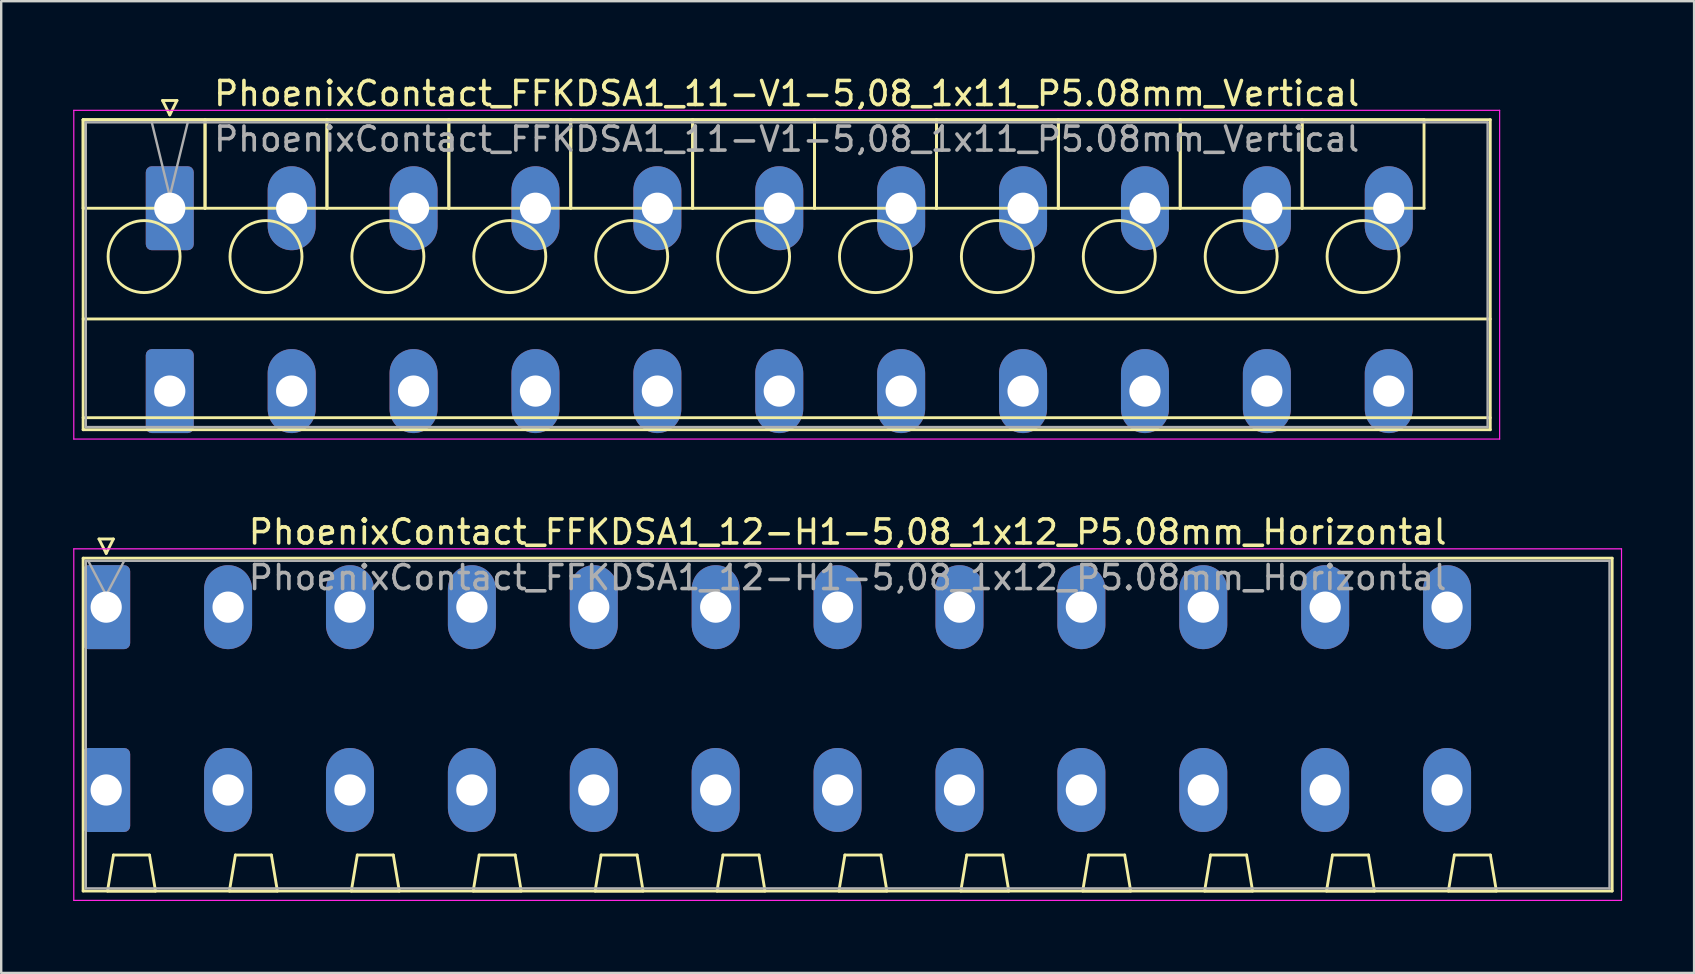
<source format=kicad_pcb>
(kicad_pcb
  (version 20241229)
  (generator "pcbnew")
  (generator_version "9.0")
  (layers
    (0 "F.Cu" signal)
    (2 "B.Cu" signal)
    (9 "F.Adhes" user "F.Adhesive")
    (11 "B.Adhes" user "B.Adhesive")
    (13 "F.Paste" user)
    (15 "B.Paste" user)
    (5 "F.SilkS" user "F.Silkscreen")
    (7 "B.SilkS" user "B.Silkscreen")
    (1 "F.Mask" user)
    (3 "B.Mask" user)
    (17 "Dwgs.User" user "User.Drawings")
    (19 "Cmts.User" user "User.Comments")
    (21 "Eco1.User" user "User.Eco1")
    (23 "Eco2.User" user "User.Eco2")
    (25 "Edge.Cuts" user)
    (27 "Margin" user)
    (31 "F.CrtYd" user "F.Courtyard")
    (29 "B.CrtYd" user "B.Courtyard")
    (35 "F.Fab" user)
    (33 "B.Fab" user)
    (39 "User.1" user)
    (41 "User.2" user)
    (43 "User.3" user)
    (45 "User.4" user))
  (footprint "PhoenixContact_FFKDSA1_11-V1-5,08_1x11_P5.08mm_Vertical"
    (layer "F.Cu")
    (at 4.025 5.628)
    (property "Reference" "PhoenixContact_FFKDSA1_11-V1-5,08_1x11_P5.08mm_Vertical" (at 25.71 -4.78 0) (layer "F.SilkS") (effects (font (size 1 1) (thickness 0.15))))
    (attr through_hole)
    (fp_line (start -3.61 -3.69) (end -3.61 0) (stroke (width 0.12) (type solid)) (layer "F.SilkS"))
    (fp_line (start -3.61 -3.69) (end -3.61 9.23) (stroke (width 0.12) (type solid)) (layer "F.SilkS"))
    (fp_line (start -3.61 0) (end 1.47 0) (stroke (width 0.12) (type solid)) (layer "F.SilkS"))
    (fp_line (start -3.61 4.615) (end 55.03 4.615) (stroke (width 0.12) (type solid)) (layer "F.SilkS"))
    (fp_line (start -3.61 8.73) (end 55.03 8.73) (stroke (width 0.12) (type solid)) (layer "F.SilkS"))
    (fp_line (start -3.61 9.23) (end 55.03 9.23) (stroke (width 0.12) (type solid)) (layer "F.SilkS"))
    (fp_line (start -0.3 -4.49) (end 0.3 -4.49) (stroke (width 0.12) (type solid)) (layer "F.SilkS"))
    (fp_line (start 0 -3.89) (end -0.3 -4.49) (stroke (width 0.12) (type solid)) (layer "F.SilkS"))
    (fp_line (start 0.3 -4.49) (end 0 -3.89) (stroke (width 0.12) (type solid)) (layer "F.SilkS"))
    (fp_line (start 1.47 -3.69) (end -3.61 -3.69) (stroke (width 0.12) (type solid)) (layer "F.SilkS"))
    (fp_line (start 1.47 -3.69) (end 1.47 0) (stroke (width 0.12) (type solid)) (layer "F.SilkS"))
    (fp_line (start 1.47 0) (end 1.47 -3.69) (stroke (width 0.12) (type solid)) (layer "F.SilkS"))
    (fp_line (start 1.47 0) (end 6.55 0) (stroke (width 0.12) (type solid)) (layer "F.SilkS"))
    (fp_line (start 6.55 -3.69) (end 1.47 -3.69) (stroke (width 0.12) (type solid)) (layer "F.SilkS"))
    (fp_line (start 6.55 -3.69) (end 6.55 0) (stroke (width 0.12) (type solid)) (layer "F.SilkS"))
    (fp_line (start 6.55 0) (end 6.55 -3.69) (stroke (width 0.12) (type solid)) (layer "F.SilkS"))
    (fp_line (start 6.55 0) (end 11.63 0) (stroke (width 0.12) (type solid)) (layer "F.SilkS"))
    (fp_line (start 11.63 -3.69) (end 6.55 -3.69) (stroke (width 0.12) (type solid)) (layer "F.SilkS"))
    (fp_line (start 11.63 -3.69) (end 11.63 0) (stroke (width 0.12) (type solid)) (layer "F.SilkS"))
    (fp_line (start 11.63 0) (end 11.63 -3.69) (stroke (width 0.12) (type solid)) (layer "F.SilkS"))
    (fp_line (start 11.63 0) (end 16.71 0) (stroke (width 0.12) (type solid)) (layer "F.SilkS"))
    (fp_line (start 16.71 -3.69) (end 11.63 -3.69) (stroke (width 0.12) (type solid)) (layer "F.SilkS"))
    (fp_line (start 16.71 -3.69) (end 16.71 0) (stroke (width 0.12) (type solid)) (layer "F.SilkS"))
    (fp_line (start 16.71 0) (end 16.71 -3.69) (stroke (width 0.12) (type solid)) (layer "F.SilkS"))
    (fp_line (start 16.71 0) (end 21.79 0) (stroke (width 0.12) (type solid)) (layer "F.SilkS"))
    (fp_line (start 21.79 -3.69) (end 16.71 -3.69) (stroke (width 0.12) (type solid)) (layer "F.SilkS"))
    (fp_line (start 21.79 -3.69) (end 21.79 0) (stroke (width 0.12) (type solid)) (layer "F.SilkS"))
    (fp_line (start 21.79 0) (end 21.79 -3.69) (stroke (width 0.12) (type solid)) (layer "F.SilkS"))
    (fp_line (start 21.79 0) (end 26.87 0) (stroke (width 0.12) (type solid)) (layer "F.SilkS"))
    (fp_line (start 26.87 -3.69) (end 21.79 -3.69) (stroke (width 0.12) (type solid)) (layer "F.SilkS"))
    (fp_line (start 26.87 -3.69) (end 26.87 0) (stroke (width 0.12) (type solid)) (layer "F.SilkS"))
    (fp_line (start 26.87 0) (end 26.87 -3.69) (stroke (width 0.12) (type solid)) (layer "F.SilkS"))
    (fp_line (start 26.87 0) (end 31.95 0) (stroke (width 0.12) (type solid)) (layer "F.SilkS"))
    (fp_line (start 31.95 -3.69) (end 26.87 -3.69) (stroke (width 0.12) (type solid)) (layer "F.SilkS"))
    (fp_line (start 31.95 -3.69) (end 31.95 0) (stroke (width 0.12) (type solid)) (layer "F.SilkS"))
    (fp_line (start 31.95 0) (end 31.95 -3.69) (stroke (width 0.12) (type solid)) (layer "F.SilkS"))
    (fp_line (start 31.95 0) (end 37.03 0) (stroke (width 0.12) (type solid)) (layer "F.SilkS"))
    (fp_line (start 37.03 -3.69) (end 31.95 -3.69) (stroke (width 0.12) (type solid)) (layer "F.SilkS"))
    (fp_line (start 37.03 -3.69) (end 37.03 0) (stroke (width 0.12) (type solid)) (layer "F.SilkS"))
    (fp_line (start 37.03 0) (end 37.03 -3.69) (stroke (width 0.12) (type solid)) (layer "F.SilkS"))
    (fp_line (start 37.03 0) (end 42.11 0) (stroke (width 0.12) (type solid)) (layer "F.SilkS"))
    (fp_line (start 42.11 -3.69) (end 37.03 -3.69) (stroke (width 0.12) (type solid)) (layer "F.SilkS"))
    (fp_line (start 42.11 -3.69) (end 42.11 0) (stroke (width 0.12) (type solid)) (layer "F.SilkS"))
    (fp_line (start 42.11 0) (end 42.11 -3.69) (stroke (width 0.12) (type solid)) (layer "F.SilkS"))
    (fp_line (start 42.11 0) (end 47.19 0) (stroke (width 0.12) (type solid)) (layer "F.SilkS"))
    (fp_line (start 47.19 -3.69) (end 42.11 -3.69) (stroke (width 0.12) (type solid)) (layer "F.SilkS"))
    (fp_line (start 47.19 -3.69) (end 47.19 0) (stroke (width 0.12) (type solid)) (layer "F.SilkS"))
    (fp_line (start 47.19 0) (end 47.19 -3.69) (stroke (width 0.12) (type solid)) (layer "F.SilkS"))
    (fp_line (start 47.19 0) (end 52.27 0) (stroke (width 0.12) (type solid)) (layer "F.SilkS"))
    (fp_line (start 52.27 -3.69) (end 47.19 -3.69) (stroke (width 0.12) (type solid)) (layer "F.SilkS"))
    (fp_line (start 52.27 0) (end 52.27 -3.69) (stroke (width 0.12) (type solid)) (layer "F.SilkS"))
    (fp_line (start 55.03 -3.69) (end -3.61 -3.69) (stroke (width 0.12) (type solid)) (layer "F.SilkS"))
    (fp_line (start 55.03 9.23) (end 55.03 -3.69) (stroke (width 0.12) (type solid)) (layer "F.SilkS"))
    (fp_circle (center -1.07 2.015) (end 0.43 2.015) (stroke (width 0.12) (type solid)) (fill no) (layer "F.SilkS"))
    (fp_circle (center 4.01 2.015) (end 5.51 2.015) (stroke (width 0.12) (type solid)) (fill no) (layer "F.SilkS"))
    (fp_circle (center 9.09 2.015) (end 10.59 2.015) (stroke (width 0.12) (type solid)) (fill no) (layer "F.SilkS"))
    (fp_circle (center 14.17 2.015) (end 15.67 2.015) (stroke (width 0.12) (type solid)) (fill no) (layer "F.SilkS"))
    (fp_circle (center 19.25 2.015) (end 20.75 2.015) (stroke (width 0.12) (type solid)) (fill no) (layer "F.SilkS"))
    (fp_circle (center 24.33 2.015) (end 25.83 2.015) (stroke (width 0.12) (type solid)) (fill no) (layer "F.SilkS"))
    (fp_circle (center 29.41 2.015) (end 30.91 2.015) (stroke (width 0.12) (type solid)) (fill no) (layer "F.SilkS"))
    (fp_circle (center 34.49 2.015) (end 35.99 2.015) (stroke (width 0.12) (type solid)) (fill no) (layer "F.SilkS"))
    (fp_circle (center 39.57 2.015) (end 41.07 2.015) (stroke (width 0.12) (type solid)) (fill no) (layer "F.SilkS"))
    (fp_circle (center 44.65 2.015) (end 46.15 2.015) (stroke (width 0.12) (type solid)) (fill no) (layer "F.SilkS"))
    (fp_circle (center 49.73 2.015) (end 51.23 2.015) (stroke (width 0.12) (type solid)) (fill no) (layer "F.SilkS"))
    (fp_line (start -4 -4.08) (end -4 9.62) (stroke (width 0.05) (type solid)) (layer "F.CrtYd"))
    (fp_line (start -4 9.62) (end 55.42 9.62) (stroke (width 0.05) (type solid)) (layer "F.CrtYd"))
    (fp_line (start 55.42 -4.08) (end -4 -4.08) (stroke (width 0.05) (type solid)) (layer "F.CrtYd"))
    (fp_line (start 55.42 9.62) (end 55.42 -4.08) (stroke (width 0.05) (type solid)) (layer "F.CrtYd"))
    (fp_line (start -3.5 -3.58) (end -3.5 9.12) (stroke (width 0.1) (type solid)) (layer "F.Fab"))
    (fp_line (start -3.5 9.12) (end 54.92 9.12) (stroke (width 0.1) (type solid)) (layer "F.Fab"))
    (fp_line (start 0 -0.5) (end -0.75 -3.58) (stroke (width 0.1) (type solid)) (layer "F.Fab"))
    (fp_line (start 0.75 -3.58) (end 0 -0.5) (stroke (width 0.1) (type solid)) (layer "F.Fab"))
    (fp_line (start 54.92 -3.58) (end -3.5 -3.58) (stroke (width 0.1) (type solid)) (layer "F.Fab"))
    (fp_line (start 54.92 9.12) (end 54.92 -3.58) (stroke (width 0.1) (type solid)) (layer "F.Fab"))
    (fp_text user "${REFERENCE}" (at 25.71 -2.88 0) (layer "F.Fab") (effects (font (size 1 1) (thickness 0.15))))
    (pad "1" thru_hole roundrect (at 0 0) (size 2 3.5) (drill 1.3) (layers "*.Cu" "*.Mask") (roundrect_rratio 0.125))
    (pad "1" thru_hole roundrect (at 0 7.62) (size 2 3.5) (drill 1.3) (layers "*.Cu" "*.Mask") (roundrect_rratio 0.125))
    (pad "2" thru_hole oval (at 5.08 0) (size 2 3.5) (drill 1.3) (layers "*.Cu" "*.Mask"))
    (pad "2" thru_hole oval (at 5.08 7.62) (size 2 3.5) (drill 1.3) (layers "*.Cu" "*.Mask"))
    (pad "3" thru_hole oval (at 10.16 0) (size 2 3.5) (drill 1.3) (layers "*.Cu" "*.Mask"))
    (pad "3" thru_hole oval (at 10.16 7.62) (size 2 3.5) (drill 1.3) (layers "*.Cu" "*.Mask"))
    (pad "4" thru_hole oval (at 15.24 0) (size 2 3.5) (drill 1.3) (layers "*.Cu" "*.Mask"))
    (pad "4" thru_hole oval (at 15.24 7.62) (size 2 3.5) (drill 1.3) (layers "*.Cu" "*.Mask"))
    (pad "5" thru_hole oval (at 20.32 0) (size 2 3.5) (drill 1.3) (layers "*.Cu" "*.Mask"))
    (pad "5" thru_hole oval (at 20.32 7.62) (size 2 3.5) (drill 1.3) (layers "*.Cu" "*.Mask"))
    (pad "6" thru_hole oval (at 25.4 0) (size 2 3.5) (drill 1.3) (layers "*.Cu" "*.Mask"))
    (pad "6" thru_hole oval (at 25.4 7.62) (size 2 3.5) (drill 1.3) (layers "*.Cu" "*.Mask"))
    (pad "7" thru_hole oval (at 30.48 0) (size 2 3.5) (drill 1.3) (layers "*.Cu" "*.Mask"))
    (pad "7" thru_hole oval (at 30.48 7.62) (size 2 3.5) (drill 1.3) (layers "*.Cu" "*.Mask"))
    (pad "8" thru_hole oval (at 35.56 0) (size 2 3.5) (drill 1.3) (layers "*.Cu" "*.Mask"))
    (pad "8" thru_hole oval (at 35.56 7.62) (size 2 3.5) (drill 1.3) (layers "*.Cu" "*.Mask"))
    (pad "9" thru_hole oval (at 40.64 0) (size 2 3.5) (drill 1.3) (layers "*.Cu" "*.Mask"))
    (pad "9" thru_hole oval (at 40.64 7.62) (size 2 3.5) (drill 1.3) (layers "*.Cu" "*.Mask"))
    (pad "10" thru_hole oval (at 45.72 0) (size 2 3.5) (drill 1.3) (layers "*.Cu" "*.Mask"))
    (pad "10" thru_hole oval (at 45.72 7.62) (size 2 3.5) (drill 1.3) (layers "*.Cu" "*.Mask"))
    (pad "11" thru_hole oval (at 50.8 0) (size 2 3.5) (drill 1.3) (layers "*.Cu" "*.Mask"))
    (pad "11" thru_hole oval (at 50.8 7.62) (size 2 3.5) (drill 1.3) (layers "*.Cu" "*.Mask")))
  (footprint "PhoenixContact_FFKDSA1_12-H1-5,08_1x12_P5.08mm_Horizontal"
    (layer "F.Cu")
    (at 1.375 22.252)
    (property "Reference" "PhoenixContact_FFKDSA1_12-H1-5,08_1x12_P5.08mm_Horizontal" (at 30.9 -3.13 0) (layer "F.SilkS") (effects (font (size 1 1) (thickness 0.15))))
    (attr through_hole)
    (fp_line (start -0.96 -2.04) (end -0.96 11.83) (stroke (width 0.12) (type solid)) (layer "F.SilkS"))
    (fp_line (start -0.96 11.83) (end 62.76 11.83) (stroke (width 0.12) (type solid)) (layer "F.SilkS"))
    (fp_line (start -0.3 -2.84) (end 0.3 -2.84) (stroke (width 0.12) (type solid)) (layer "F.SilkS"))
    (fp_line (start 0 -2.24) (end -0.3 -2.84) (stroke (width 0.12) (type solid)) (layer "F.SilkS"))
    (fp_line (start 0.055 11.83) (end 2.055 11.83) (stroke (width 0.12) (type solid)) (layer "F.SilkS"))
    (fp_line (start 0.3 -2.84) (end 0 -2.24) (stroke (width 0.12) (type solid)) (layer "F.SilkS"))
    (fp_line (start 0.305 10.33) (end 0.055 11.83) (stroke (width 0.12) (type solid)) (layer "F.SilkS"))
    (fp_line (start 1.805 10.33) (end 0.305 10.33) (stroke (width 0.12) (type solid)) (layer "F.SilkS"))
    (fp_line (start 2.055 11.83) (end 1.805 10.33) (stroke (width 0.12) (type solid)) (layer "F.SilkS"))
    (fp_line (start 5.135 11.83) (end 7.135 11.83) (stroke (width 0.12) (type solid)) (layer "F.SilkS"))
    (fp_line (start 5.385 10.33) (end 5.135 11.83) (stroke (width 0.12) (type solid)) (layer "F.SilkS"))
    (fp_line (start 6.885 10.33) (end 5.385 10.33) (stroke (width 0.12) (type solid)) (layer "F.SilkS"))
    (fp_line (start 7.135 11.83) (end 6.885 10.33) (stroke (width 0.12) (type solid)) (layer "F.SilkS"))
    (fp_line (start 10.215 11.83) (end 12.215 11.83) (stroke (width 0.12) (type solid)) (layer "F.SilkS"))
    (fp_line (start 10.465 10.33) (end 10.215 11.83) (stroke (width 0.12) (type solid)) (layer "F.SilkS"))
    (fp_line (start 11.965 10.33) (end 10.465 10.33) (stroke (width 0.12) (type solid)) (layer "F.SilkS"))
    (fp_line (start 12.215 11.83) (end 11.965 10.33) (stroke (width 0.12) (type solid)) (layer "F.SilkS"))
    (fp_line (start 15.295 11.83) (end 17.295 11.83) (stroke (width 0.12) (type solid)) (layer "F.SilkS"))
    (fp_line (start 15.545 10.33) (end 15.295 11.83) (stroke (width 0.12) (type solid)) (layer "F.SilkS"))
    (fp_line (start 17.045 10.33) (end 15.545 10.33) (stroke (width 0.12) (type solid)) (layer "F.SilkS"))
    (fp_line (start 17.295 11.83) (end 17.045 10.33) (stroke (width 0.12) (type solid)) (layer "F.SilkS"))
    (fp_line (start 20.375 11.83) (end 22.375 11.83) (stroke (width 0.12) (type solid)) (layer "F.SilkS"))
    (fp_line (start 20.625 10.33) (end 20.375 11.83) (stroke (width 0.12) (type solid)) (layer "F.SilkS"))
    (fp_line (start 22.125 10.33) (end 20.625 10.33) (stroke (width 0.12) (type solid)) (layer "F.SilkS"))
    (fp_line (start 22.375 11.83) (end 22.125 10.33) (stroke (width 0.12) (type solid)) (layer "F.SilkS"))
    (fp_line (start 25.455 11.83) (end 27.455 11.83) (stroke (width 0.12) (type solid)) (layer "F.SilkS"))
    (fp_line (start 25.705 10.33) (end 25.455 11.83) (stroke (width 0.12) (type solid)) (layer "F.SilkS"))
    (fp_line (start 27.205 10.33) (end 25.705 10.33) (stroke (width 0.12) (type solid)) (layer "F.SilkS"))
    (fp_line (start 27.455 11.83) (end 27.205 10.33) (stroke (width 0.12) (type solid)) (layer "F.SilkS"))
    (fp_line (start 30.535 11.83) (end 32.535 11.83) (stroke (width 0.12) (type solid)) (layer "F.SilkS"))
    (fp_line (start 30.785 10.33) (end 30.535 11.83) (stroke (width 0.12) (type solid)) (layer "F.SilkS"))
    (fp_line (start 32.285 10.33) (end 30.785 10.33) (stroke (width 0.12) (type solid)) (layer "F.SilkS"))
    (fp_line (start 32.535 11.83) (end 32.285 10.33) (stroke (width 0.12) (type solid)) (layer "F.SilkS"))
    (fp_line (start 35.615 11.83) (end 37.615 11.83) (stroke (width 0.12) (type solid)) (layer "F.SilkS"))
    (fp_line (start 35.865 10.33) (end 35.615 11.83) (stroke (width 0.12) (type solid)) (layer "F.SilkS"))
    (fp_line (start 37.365 10.33) (end 35.865 10.33) (stroke (width 0.12) (type solid)) (layer "F.SilkS"))
    (fp_line (start 37.615 11.83) (end 37.365 10.33) (stroke (width 0.12) (type solid)) (layer "F.SilkS"))
    (fp_line (start 40.695 11.83) (end 42.695 11.83) (stroke (width 0.12) (type solid)) (layer "F.SilkS"))
    (fp_line (start 40.945 10.33) (end 40.695 11.83) (stroke (width 0.12) (type solid)) (layer "F.SilkS"))
    (fp_line (start 42.445 10.33) (end 40.945 10.33) (stroke (width 0.12) (type solid)) (layer "F.SilkS"))
    (fp_line (start 42.695 11.83) (end 42.445 10.33) (stroke (width 0.12) (type solid)) (layer "F.SilkS"))
    (fp_line (start 45.775 11.83) (end 47.775 11.83) (stroke (width 0.12) (type solid)) (layer "F.SilkS"))
    (fp_line (start 46.025 10.33) (end 45.775 11.83) (stroke (width 0.12) (type solid)) (layer "F.SilkS"))
    (fp_line (start 47.525 10.33) (end 46.025 10.33) (stroke (width 0.12) (type solid)) (layer "F.SilkS"))
    (fp_line (start 47.775 11.83) (end 47.525 10.33) (stroke (width 0.12) (type solid)) (layer "F.SilkS"))
    (fp_line (start 50.855 11.83) (end 52.855 11.83) (stroke (width 0.12) (type solid)) (layer "F.SilkS"))
    (fp_line (start 51.105 10.33) (end 50.855 11.83) (stroke (width 0.12) (type solid)) (layer "F.SilkS"))
    (fp_line (start 52.605 10.33) (end 51.105 10.33) (stroke (width 0.12) (type solid)) (layer "F.SilkS"))
    (fp_line (start 52.855 11.83) (end 52.605 10.33) (stroke (width 0.12) (type solid)) (layer "F.SilkS"))
    (fp_line (start 55.935 11.83) (end 57.935 11.83) (stroke (width 0.12) (type solid)) (layer "F.SilkS"))
    (fp_line (start 56.185 10.33) (end 55.935 11.83) (stroke (width 0.12) (type solid)) (layer "F.SilkS"))
    (fp_line (start 57.685 10.33) (end 56.185 10.33) (stroke (width 0.12) (type solid)) (layer "F.SilkS"))
    (fp_line (start 57.935 11.83) (end 57.685 10.33) (stroke (width 0.12) (type solid)) (layer "F.SilkS"))
    (fp_line (start 62.76 -2.04) (end -0.96 -2.04) (stroke (width 0.12) (type solid)) (layer "F.SilkS"))
    (fp_line (start 62.76 11.83) (end 62.76 -2.04) (stroke (width 0.12) (type solid)) (layer "F.SilkS"))
    (fp_line (start -1.35 -2.43) (end -1.35 12.22) (stroke (width 0.05) (type solid)) (layer "F.CrtYd"))
    (fp_line (start -1.35 12.22) (end 63.15 12.22) (stroke (width 0.05) (type solid)) (layer "F.CrtYd"))
    (fp_line (start 63.15 -2.43) (end -1.35 -2.43) (stroke (width 0.05) (type solid)) (layer "F.CrtYd"))
    (fp_line (start 63.15 12.22) (end 63.15 -2.43) (stroke (width 0.05) (type solid)) (layer "F.CrtYd"))
    (fp_line (start -0.85 -1.93) (end -0.85 11.72) (stroke (width 0.1) (type solid)) (layer "F.Fab"))
    (fp_line (start -0.85 11.72) (end 62.65 11.72) (stroke (width 0.1) (type solid)) (layer "F.Fab"))
    (fp_line (start 0 -0.5) (end -0.75 -1.93) (stroke (width 0.1) (type solid)) (layer "F.Fab"))
    (fp_line (start 0.75 -1.93) (end 0 -0.5) (stroke (width 0.1) (type solid)) (layer "F.Fab"))
    (fp_line (start 62.65 -1.93) (end -0.85 -1.93) (stroke (width 0.1) (type solid)) (layer "F.Fab"))
    (fp_line (start 62.65 11.72) (end 62.65 -1.93) (stroke (width 0.1) (type solid)) (layer "F.Fab"))
    (fp_text user "${REFERENCE}" (at 30.9 -1.23 0) (layer "F.Fab") (effects (font (size 1 1) (thickness 0.15))))
    (pad "1" thru_hole roundrect (at 0 0) (size 2 3.5) (drill 1.3) (layers "*.Cu" "*.Mask") (roundrect_rratio 0.125))
    (pad "1" thru_hole roundrect (at 0 7.62) (size 2 3.5) (drill 1.3) (layers "*.Cu" "*.Mask") (roundrect_rratio 0.125))
    (pad "2" thru_hole oval (at 5.08 0) (size 2 3.5) (drill 1.3) (layers "*.Cu" "*.Mask"))
    (pad "2" thru_hole oval (at 5.08 7.62) (size 2 3.5) (drill 1.3) (layers "*.Cu" "*.Mask"))
    (pad "3" thru_hole oval (at 10.16 0) (size 2 3.5) (drill 1.3) (layers "*.Cu" "*.Mask"))
    (pad "3" thru_hole oval (at 10.16 7.62) (size 2 3.5) (drill 1.3) (layers "*.Cu" "*.Mask"))
    (pad "4" thru_hole oval (at 15.24 0) (size 2 3.5) (drill 1.3) (layers "*.Cu" "*.Mask"))
    (pad "4" thru_hole oval (at 15.24 7.62) (size 2 3.5) (drill 1.3) (layers "*.Cu" "*.Mask"))
    (pad "5" thru_hole oval (at 20.32 0) (size 2 3.5) (drill 1.3) (layers "*.Cu" "*.Mask"))
    (pad "5" thru_hole oval (at 20.32 7.62) (size 2 3.5) (drill 1.3) (layers "*.Cu" "*.Mask"))
    (pad "6" thru_hole oval (at 25.4 0) (size 2 3.5) (drill 1.3) (layers "*.Cu" "*.Mask"))
    (pad "6" thru_hole oval (at 25.4 7.62) (size 2 3.5) (drill 1.3) (layers "*.Cu" "*.Mask"))
    (pad "7" thru_hole oval (at 30.48 0) (size 2 3.5) (drill 1.3) (layers "*.Cu" "*.Mask"))
    (pad "7" thru_hole oval (at 30.48 7.62) (size 2 3.5) (drill 1.3) (layers "*.Cu" "*.Mask"))
    (pad "8" thru_hole oval (at 35.56 0) (size 2 3.5) (drill 1.3) (layers "*.Cu" "*.Mask"))
    (pad "8" thru_hole oval (at 35.56 7.62) (size 2 3.5) (drill 1.3) (layers "*.Cu" "*.Mask"))
    (pad "9" thru_hole oval (at 40.64 0) (size 2 3.5) (drill 1.3) (layers "*.Cu" "*.Mask"))
    (pad "9" thru_hole oval (at 40.64 7.62) (size 2 3.5) (drill 1.3) (layers "*.Cu" "*.Mask"))
    (pad "10" thru_hole oval (at 45.72 0) (size 2 3.5) (drill 1.3) (layers "*.Cu" "*.Mask"))
    (pad "10" thru_hole oval (at 45.72 7.62) (size 2 3.5) (drill 1.3) (layers "*.Cu" "*.Mask"))
    (pad "11" thru_hole oval (at 50.8 0) (size 2 3.5) (drill 1.3) (layers "*.Cu" "*.Mask"))
    (pad "11" thru_hole oval (at 50.8 7.62) (size 2 3.5) (drill 1.3) (layers "*.Cu" "*.Mask"))
    (pad "12" thru_hole oval (at 55.88 0) (size 2 3.5) (drill 1.3) (layers "*.Cu" "*.Mask"))
    (pad "12" thru_hole oval (at 55.88 7.62) (size 2 3.5) (drill 1.3) (layers "*.Cu" "*.Mask")))
  (gr_rect
    (start -3 -3)
    (end 67.55 37.496)
    (stroke (width 0.1) (type default))
    (fill no)
    (layer "Edge.Cuts")))
</source>
